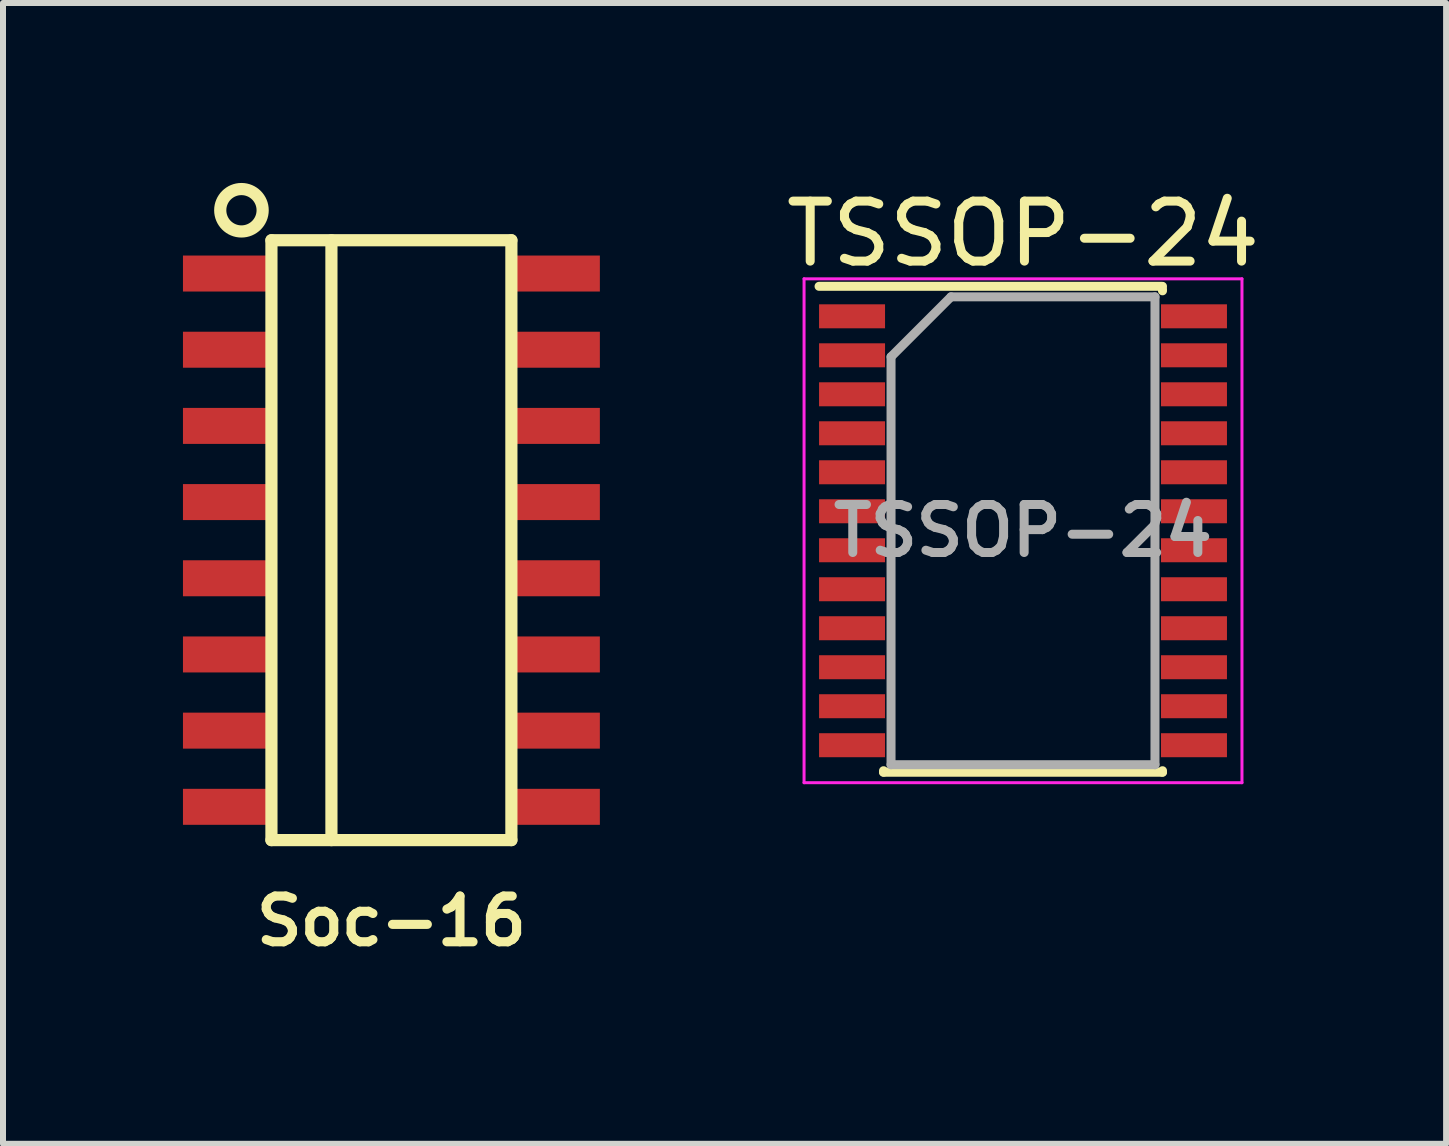
<source format=kicad_pcb>
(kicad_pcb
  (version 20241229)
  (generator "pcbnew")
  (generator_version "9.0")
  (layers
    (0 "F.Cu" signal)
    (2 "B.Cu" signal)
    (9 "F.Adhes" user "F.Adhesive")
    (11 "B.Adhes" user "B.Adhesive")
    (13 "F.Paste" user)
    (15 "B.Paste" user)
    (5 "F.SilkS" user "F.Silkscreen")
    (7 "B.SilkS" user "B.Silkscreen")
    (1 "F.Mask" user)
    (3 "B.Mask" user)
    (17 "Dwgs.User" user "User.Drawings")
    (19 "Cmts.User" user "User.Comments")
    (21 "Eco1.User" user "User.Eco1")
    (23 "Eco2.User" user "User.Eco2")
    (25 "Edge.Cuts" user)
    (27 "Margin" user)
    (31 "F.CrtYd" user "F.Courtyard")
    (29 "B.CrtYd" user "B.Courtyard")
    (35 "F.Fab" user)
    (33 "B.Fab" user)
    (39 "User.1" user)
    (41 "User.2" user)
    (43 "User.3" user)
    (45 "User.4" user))
  (footprint "Soc-16"
    (layer "F.Cu")
    (at 3.475 5.955)
    (property "Reference" "Soc-16" (at 0 6.35 0) (layer "F.SilkS") (effects (font (size 0.762 0.762) (thickness 0.152))))
    (attr smd)
    (fp_line (start -2 -5) (end -2 5) (stroke (width 0.203) (type solid)) (layer "F.SilkS"))
    (fp_line (start -2 5) (end 2 5) (stroke (width 0.203) (type solid)) (layer "F.SilkS"))
    (fp_line (start -1 -5) (end -1 5) (stroke (width 0.203) (type solid)) (layer "F.SilkS"))
    (fp_line (start 2 -5) (end -2 -5) (stroke (width 0.203) (type solid)) (layer "F.SilkS"))
    (fp_line (start 2 5) (end 2 -5) (stroke (width 0.203) (type solid)) (layer "F.SilkS"))
    (fp_circle (center -2.5 -5.5) (end -2.25 -5.25) (stroke (width 0.203) (type solid)) (fill no) (layer "F.SilkS"))
    (pad "1" smd rect (at -2.7 -4.445) (size 1.55 0.6) (layers "F.Cu" "F.Mask" "F.Paste"))
    (pad "2" smd rect (at -2.7 -3.175) (size 1.55 0.6) (layers "F.Cu" "F.Mask" "F.Paste"))
    (pad "3" smd rect (at -2.7 -1.905) (size 1.55 0.6) (layers "F.Cu" "F.Mask" "F.Paste"))
    (pad "4" smd rect (at -2.7 -0.635) (size 1.55 0.6) (layers "F.Cu" "F.Mask" "F.Paste"))
    (pad "5" smd rect (at -2.7 0.635) (size 1.55 0.6) (layers "F.Cu" "F.Mask" "F.Paste"))
    (pad "6" smd rect (at -2.7 1.905) (size 1.55 0.6) (layers "F.Cu" "F.Mask" "F.Paste"))
    (pad "7" smd rect (at -2.7 3.175) (size 1.55 0.6) (layers "F.Cu" "F.Mask" "F.Paste"))
    (pad "8" smd rect (at -2.7 4.445) (size 1.55 0.6) (layers "F.Cu" "F.Mask" "F.Paste"))
    (pad "9" smd rect (at 2.7 4.445) (size 1.55 0.6) (layers "F.Cu" "F.Mask" "F.Paste"))
    (pad "10" smd rect (at 2.7 3.175) (size 1.55 0.6) (layers "F.Cu" "F.Mask" "F.Paste"))
    (pad "11" smd rect (at 2.7 1.905) (size 1.55 0.6) (layers "F.Cu" "F.Mask" "F.Paste"))
    (pad "12" smd rect (at 2.7 0.635) (size 1.55 0.6) (layers "F.Cu" "F.Mask" "F.Paste"))
    (pad "13" smd rect (at 2.7 -0.635) (size 1.55 0.6) (layers "F.Cu" "F.Mask" "F.Paste"))
    (pad "14" smd rect (at 2.7 -1.905) (size 1.55 0.6) (layers "F.Cu" "F.Mask" "F.Paste"))
    (pad "15" smd rect (at 2.7 -3.175) (size 1.55 0.6) (layers "F.Cu" "F.Mask" "F.Paste"))
    (pad "16" smd rect (at 2.7 -4.445) (size 1.55 0.6) (layers "F.Cu" "F.Mask" "F.Paste")))
  (footprint "TSSOP-24"
    (layer "F.Cu")
    (at 14.004 5.798)
    (property "Reference" "TSSOP-24" (at 0 -4.95 0) (layer "F.SilkS") (effects (font (size 1 1) (thickness 0.15))))
    (attr smd)
    (fp_line (start -3.4 -4.075) (end 2.325 -4.075) (stroke (width 0.15) (type solid)) (layer "F.SilkS"))
    (fp_line (start -2.325 4.025) (end -2.325 4) (stroke (width 0.15) (type solid)) (layer "F.SilkS"))
    (fp_line (start -2.325 4.025) (end 2.325 4.025) (stroke (width 0.15) (type solid)) (layer "F.SilkS"))
    (fp_line (start 2.325 -4.025) (end 2.325 -4) (stroke (width 0.15) (type solid)) (layer "F.SilkS"))
    (fp_line (start 2.325 4.025) (end 2.325 4) (stroke (width 0.15) (type solid)) (layer "F.SilkS"))
    (fp_line (start -3.65 -4.2) (end -3.65 4.2) (stroke (width 0.05) (type solid)) (layer "F.CrtYd"))
    (fp_line (start -3.65 -4.2) (end 3.65 -4.2) (stroke (width 0.05) (type solid)) (layer "F.CrtYd"))
    (fp_line (start -3.65 4.2) (end 3.65 4.2) (stroke (width 0.05) (type solid)) (layer "F.CrtYd"))
    (fp_line (start 3.65 -4.2) (end 3.65 4.2) (stroke (width 0.05) (type solid)) (layer "F.CrtYd"))
    (fp_line (start -2.2 -2.9) (end -1.2 -3.9) (stroke (width 0.15) (type solid)) (layer "F.Fab"))
    (fp_line (start -2.2 3.9) (end -2.2 -2.9) (stroke (width 0.15) (type solid)) (layer "F.Fab"))
    (fp_line (start -1.2 -3.9) (end 2.2 -3.9) (stroke (width 0.15) (type solid)) (layer "F.Fab"))
    (fp_line (start 2.2 -3.9) (end 2.2 3.9) (stroke (width 0.15) (type solid)) (layer "F.Fab"))
    (fp_line (start 2.2 3.9) (end -2.2 3.9) (stroke (width 0.15) (type solid)) (layer "F.Fab"))
    (fp_text user "${REFERENCE}" (at 0 0 0) (layer "F.Fab") (effects (font (size 0.8 0.8) (thickness 0.15))))
    (pad "1" smd rect (at -2.85 -3.575) (size 1.1 0.4) (layers "F.Cu" "F.Mask" "F.Paste"))
    (pad "2" smd rect (at -2.85 -2.925) (size 1.1 0.4) (layers "F.Cu" "F.Mask" "F.Paste"))
    (pad "3" smd rect (at -2.85 -2.275) (size 1.1 0.4) (layers "F.Cu" "F.Mask" "F.Paste"))
    (pad "4" smd rect (at -2.85 -1.625) (size 1.1 0.4) (layers "F.Cu" "F.Mask" "F.Paste"))
    (pad "5" smd rect (at -2.85 -0.975) (size 1.1 0.4) (layers "F.Cu" "F.Mask" "F.Paste"))
    (pad "6" smd rect (at -2.85 -0.325) (size 1.1 0.4) (layers "F.Cu" "F.Mask" "F.Paste"))
    (pad "7" smd rect (at -2.85 0.325) (size 1.1 0.4) (layers "F.Cu" "F.Mask" "F.Paste"))
    (pad "8" smd rect (at -2.85 0.975) (size 1.1 0.4) (layers "F.Cu" "F.Mask" "F.Paste"))
    (pad "9" smd rect (at -2.85 1.625) (size 1.1 0.4) (layers "F.Cu" "F.Mask" "F.Paste"))
    (pad "10" smd rect (at -2.85 2.275) (size 1.1 0.4) (layers "F.Cu" "F.Mask" "F.Paste"))
    (pad "11" smd rect (at -2.85 2.925) (size 1.1 0.4) (layers "F.Cu" "F.Mask" "F.Paste"))
    (pad "12" smd rect (at -2.85 3.575) (size 1.1 0.4) (layers "F.Cu" "F.Mask" "F.Paste"))
    (pad "13" smd rect (at 2.85 3.575) (size 1.1 0.4) (layers "F.Cu" "F.Mask" "F.Paste"))
    (pad "14" smd rect (at 2.85 2.925) (size 1.1 0.4) (layers "F.Cu" "F.Mask" "F.Paste"))
    (pad "15" smd rect (at 2.85 2.275) (size 1.1 0.4) (layers "F.Cu" "F.Mask" "F.Paste"))
    (pad "16" smd rect (at 2.85 1.625) (size 1.1 0.4) (layers "F.Cu" "F.Mask" "F.Paste"))
    (pad "17" smd rect (at 2.85 0.975) (size 1.1 0.4) (layers "F.Cu" "F.Mask" "F.Paste"))
    (pad "18" smd rect (at 2.85 0.325) (size 1.1 0.4) (layers "F.Cu" "F.Mask" "F.Paste"))
    (pad "19" smd rect (at 2.85 -0.325) (size 1.1 0.4) (layers "F.Cu" "F.Mask" "F.Paste"))
    (pad "20" smd rect (at 2.85 -0.975) (size 1.1 0.4) (layers "F.Cu" "F.Mask" "F.Paste"))
    (pad "21" smd rect (at 2.85 -1.625) (size 1.1 0.4) (layers "F.Cu" "F.Mask" "F.Paste"))
    (pad "22" smd rect (at 2.85 -2.275) (size 1.1 0.4) (layers "F.Cu" "F.Mask" "F.Paste"))
    (pad "23" smd rect (at 2.85 -2.925) (size 1.1 0.4) (layers "F.Cu" "F.Mask" "F.Paste"))
    (pad "24" smd rect (at 2.85 -3.575) (size 1.1 0.4) (layers "F.Cu" "F.Mask" "F.Paste")))
  (gr_rect
    (start -3 -3)
    (end 21.057 16.018)
    (stroke (width 0.1) (type default))
    (fill no)
    (layer "Edge.Cuts")))
</source>
